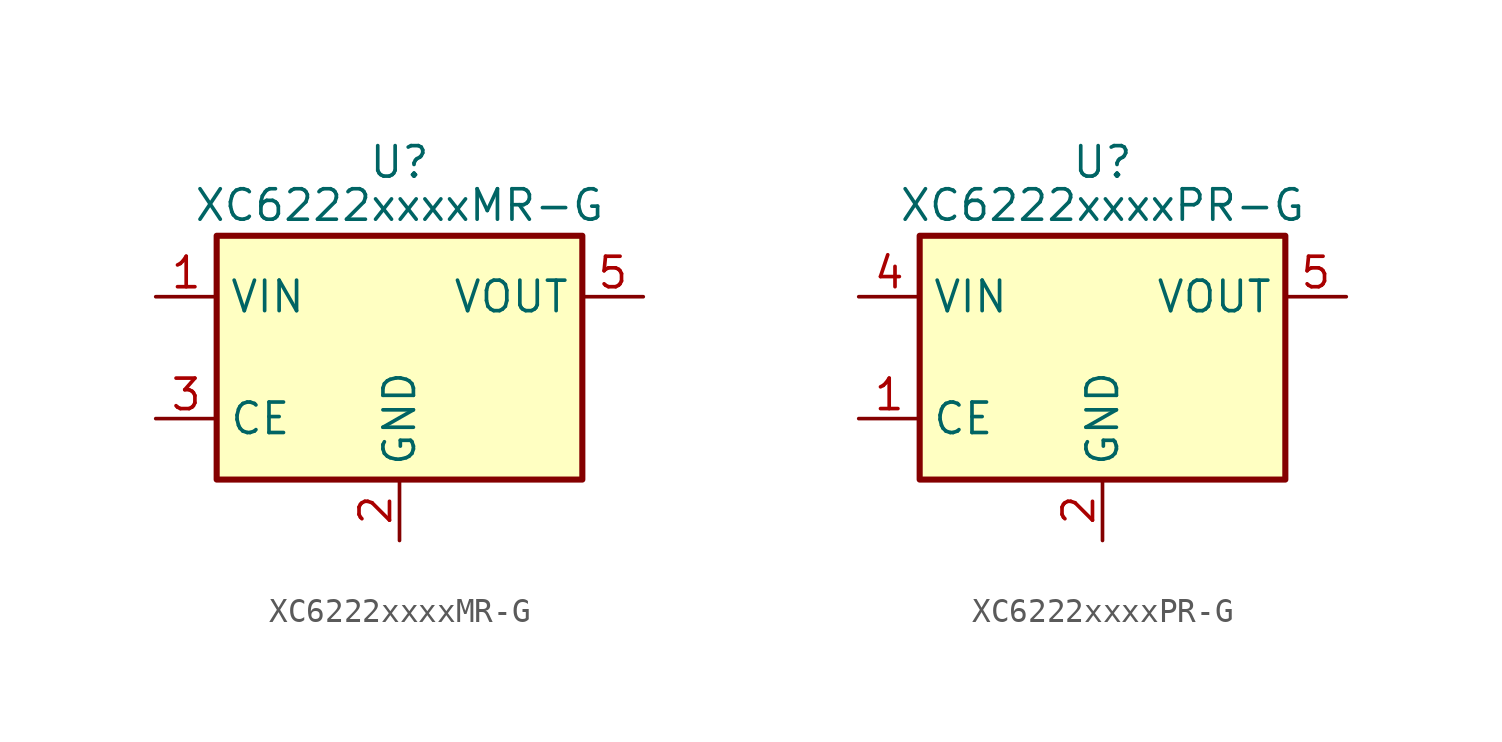
<source format=kicad_sym>
(kicad_symbol_lib
  (version 20211014)
  (generator kicad_symbol_editor)
  (symbol "XC6222xxxxMR-G"
    (property "Reference" "U"
      (at 0 8.89 0)
      (effects (font (size 1.27 1.27)) (justify top)))
    (property "Value" "XC6222xxxxMR-G"
      (at 0 6.35 0)
      (effects (font (size 1.27 1.27))))
    (symbol "XC6222xxxxMR-G_0_1"
      (rectangle (start -7.62 5.08) (end 7.62 -5.08) (stroke (width 0.254) (type default) (color 0 0 0 0)) (fill (type background))))
    (symbol "XC6222xxxxMR-G_1_1"
      (pin power_in line (at -10.16 2.54 0) (length 2.54) (name "VIN" (effects (font (size 1.27 1.27)))) (number "1" (effects (font (size 1.27 1.27)))))
      (pin power_in line (at 0 -7.62 90) (length 2.54) (name "GND" (effects (font (size 1.27 1.27)))) (number "2" (effects (font (size 1.27 1.27)))))
      (pin input line (at -10.16 -2.54 0) (length 2.54) (name "CE" (effects (font (size 1.27 1.27)))) (number "3" (effects (font (size 1.27 1.27)))))
      (pin no_connect line (at 10.16 0 180) (length 2.54) hide (name "NC" (effects (font (size 1.27 1.27)))) (number "4" (effects (font (size 1.27 1.27)))))
      (pin power_out line (at 10.16 2.54 180) (length 2.54) (name "VOUT" (effects (font (size 1.27 1.27)))) (number "5" (effects (font (size 1.27 1.27)))))))
  (symbol "XC6222xxxxPR-G"
    (property "Reference" "U"
      (at 0 8.89 0)
      (effects (font (size 1.27 1.27)) (justify top)))
    (property "Value" "XC6222xxxxPR-G"
      (at 0 6.35 0)
      (effects (font (size 1.27 1.27))))
    (symbol "XC6222xxxxPR-G_0_1"
      (rectangle (start -7.62 5.08) (end 7.62 -5.08) (stroke (width 0.254) (type default) (color 0 0 0 0)) (fill (type background))))
    (symbol "XC6222xxxxPR-G_1_1"
      (pin input line (at -10.16 -2.54 0) (length 2.54) (name "CE" (effects (font (size 1.27 1.27)))) (number "1" (effects (font (size 1.27 1.27)))))
      (pin power_in line (at 0 -7.62 90) (length 2.54) (name "GND" (effects (font (size 1.27 1.27)))) (number "2" (effects (font (size 1.27 1.27)))))
      (pin no_connect line (at 10.16 0 180) (length 2.54) hide (name "NC" (effects (font (size 1.27 1.27)))) (number "3" (effects (font (size 1.27 1.27)))))
      (pin power_in line (at -10.16 2.54 0) (length 2.54) (name "VIN" (effects (font (size 1.27 1.27)))) (number "4" (effects (font (size 1.27 1.27)))))
      (pin power_out line (at 10.16 2.54 180) (length 2.54) (name "VOUT" (effects (font (size 1.27 1.27)))) (number "5" (effects (font (size 1.27 1.27))))))))
</source>
